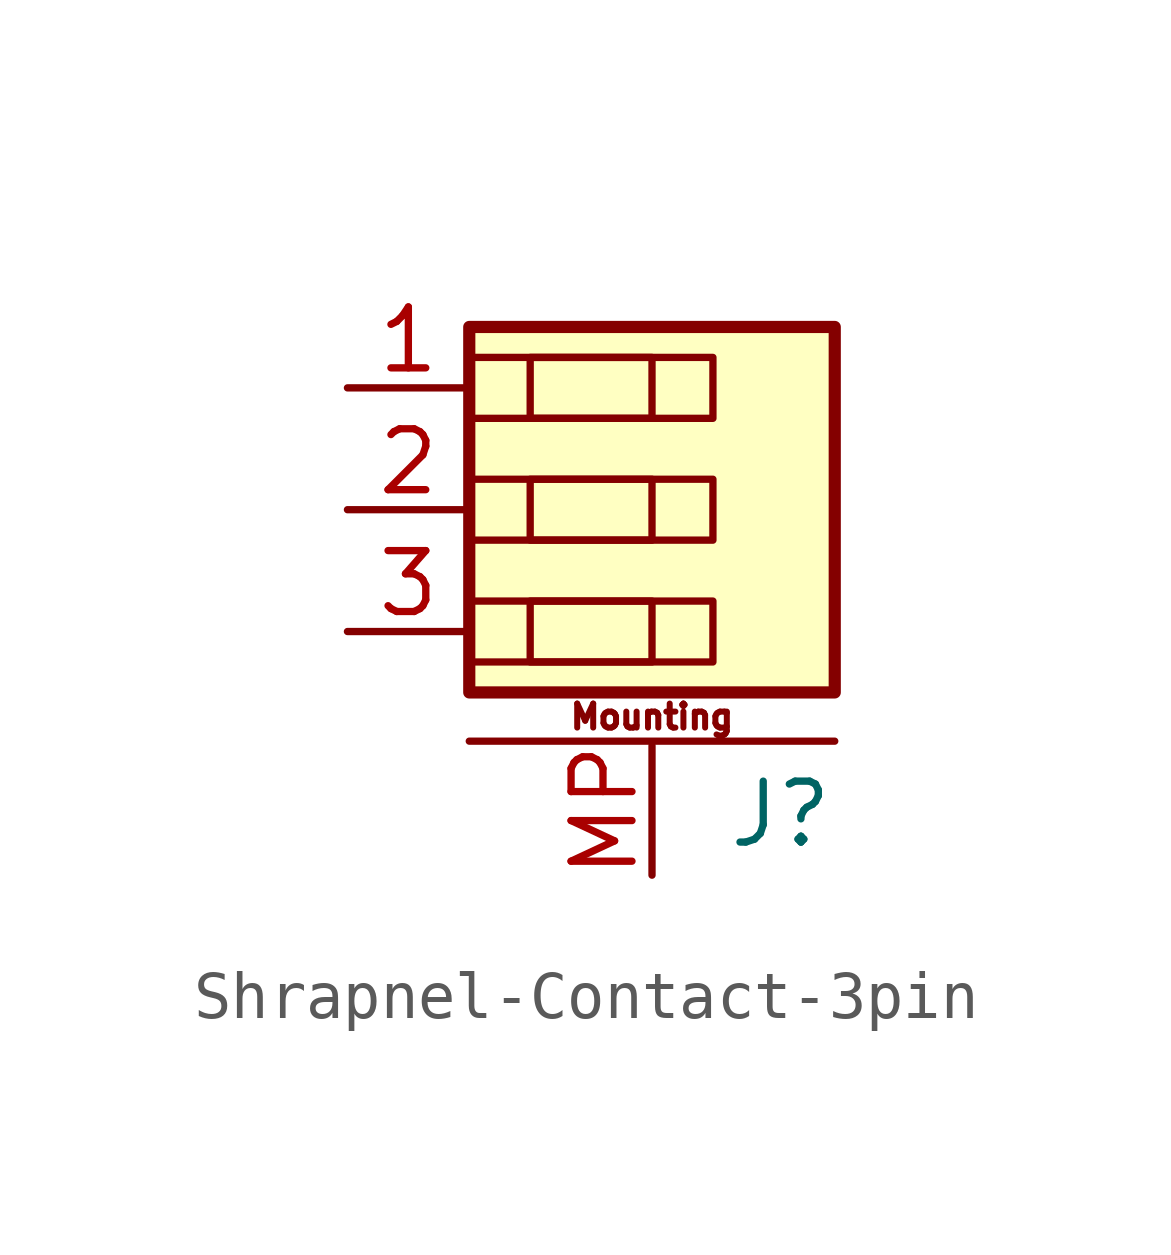
<source format=kicad_sym>
(kicad_symbol_lib
  (version 20241209)
  (generator "kicad_symbol_editor")
  (generator_version "9.0")
  (symbol "Shrapnel-Contact-3pin"
    (pin_names
      (offset 1.016)
      (hide yes))
    (property "Reference" "J"
      (at 3.81 -6.35 0)
      (effects (font (size 1.27 1.27)) (justify right)))
    (property "Value" ""
      (at 3.81 5.08 0)
      (effects (font (size 0.991 0.991)) (justify right)))
    (symbol "Shrapnel-Contact-3pin_0_1"
      (rectangle (start -3.81 3.175) (end 1.27 1.905) (stroke (width 0) (type default)) (fill (type none)))
      (rectangle (start -3.81 0.635) (end 1.27 -0.635) (stroke (width 0) (type default)) (fill (type none)))
      (rectangle (start -3.81 -1.905) (end 1.27 -3.175) (stroke (width 0) (type default)) (fill (type none)))
      (rectangle (start -2.54 3.175) (end 0 1.905) (stroke (width 0) (type default)) (fill (type none)))
      (rectangle (start -2.54 0.635) (end 0 -0.635) (stroke (width 0) (type default)) (fill (type none)))
      (rectangle (start -2.54 -1.905) (end 0 -3.175) (stroke (width 0) (type default)) (fill (type none))))
    (symbol "Shrapnel-Contact-3pin_1_1"
      (rectangle (start -3.81 3.81) (end 3.81 -3.81) (stroke (width 0.254) (type default)) (fill (type background)))
      (polyline (pts (xy -3.81 -4.826) (xy 3.81 -4.826)) (stroke (width 0.152) (type default)) (fill (type none)))
      (text "Mounting" (at 0 -4.318 0) (effects (font (size 0.5 0.5))))
      (pin passive line (at -6.35 2.54 0) (length 2.54) (name "Pin_1" (effects (font (size 0.991 0.991)))) (number "1" (effects (font (size 1.27 1.27)))))
      (pin passive line (at -6.35 0 0) (length 2.54) (name "Pin_2" (effects (font (size 0.991 0.991)))) (number "2" (effects (font (size 1.27 1.27)))))
      (pin passive line (at -6.35 -2.54 0) (length 2.54) (name "Pin_3" (effects (font (size 0.991 0.991)))) (number "3" (effects (font (size 1.27 1.27)))))
      (pin passive line (at 0 -7.62 90) (length 2.7) (name "MountPin" (effects (font (size 0.991 0.991)))) (number "MP" (effects (font (size 1.27 1.27))))))))
</source>
